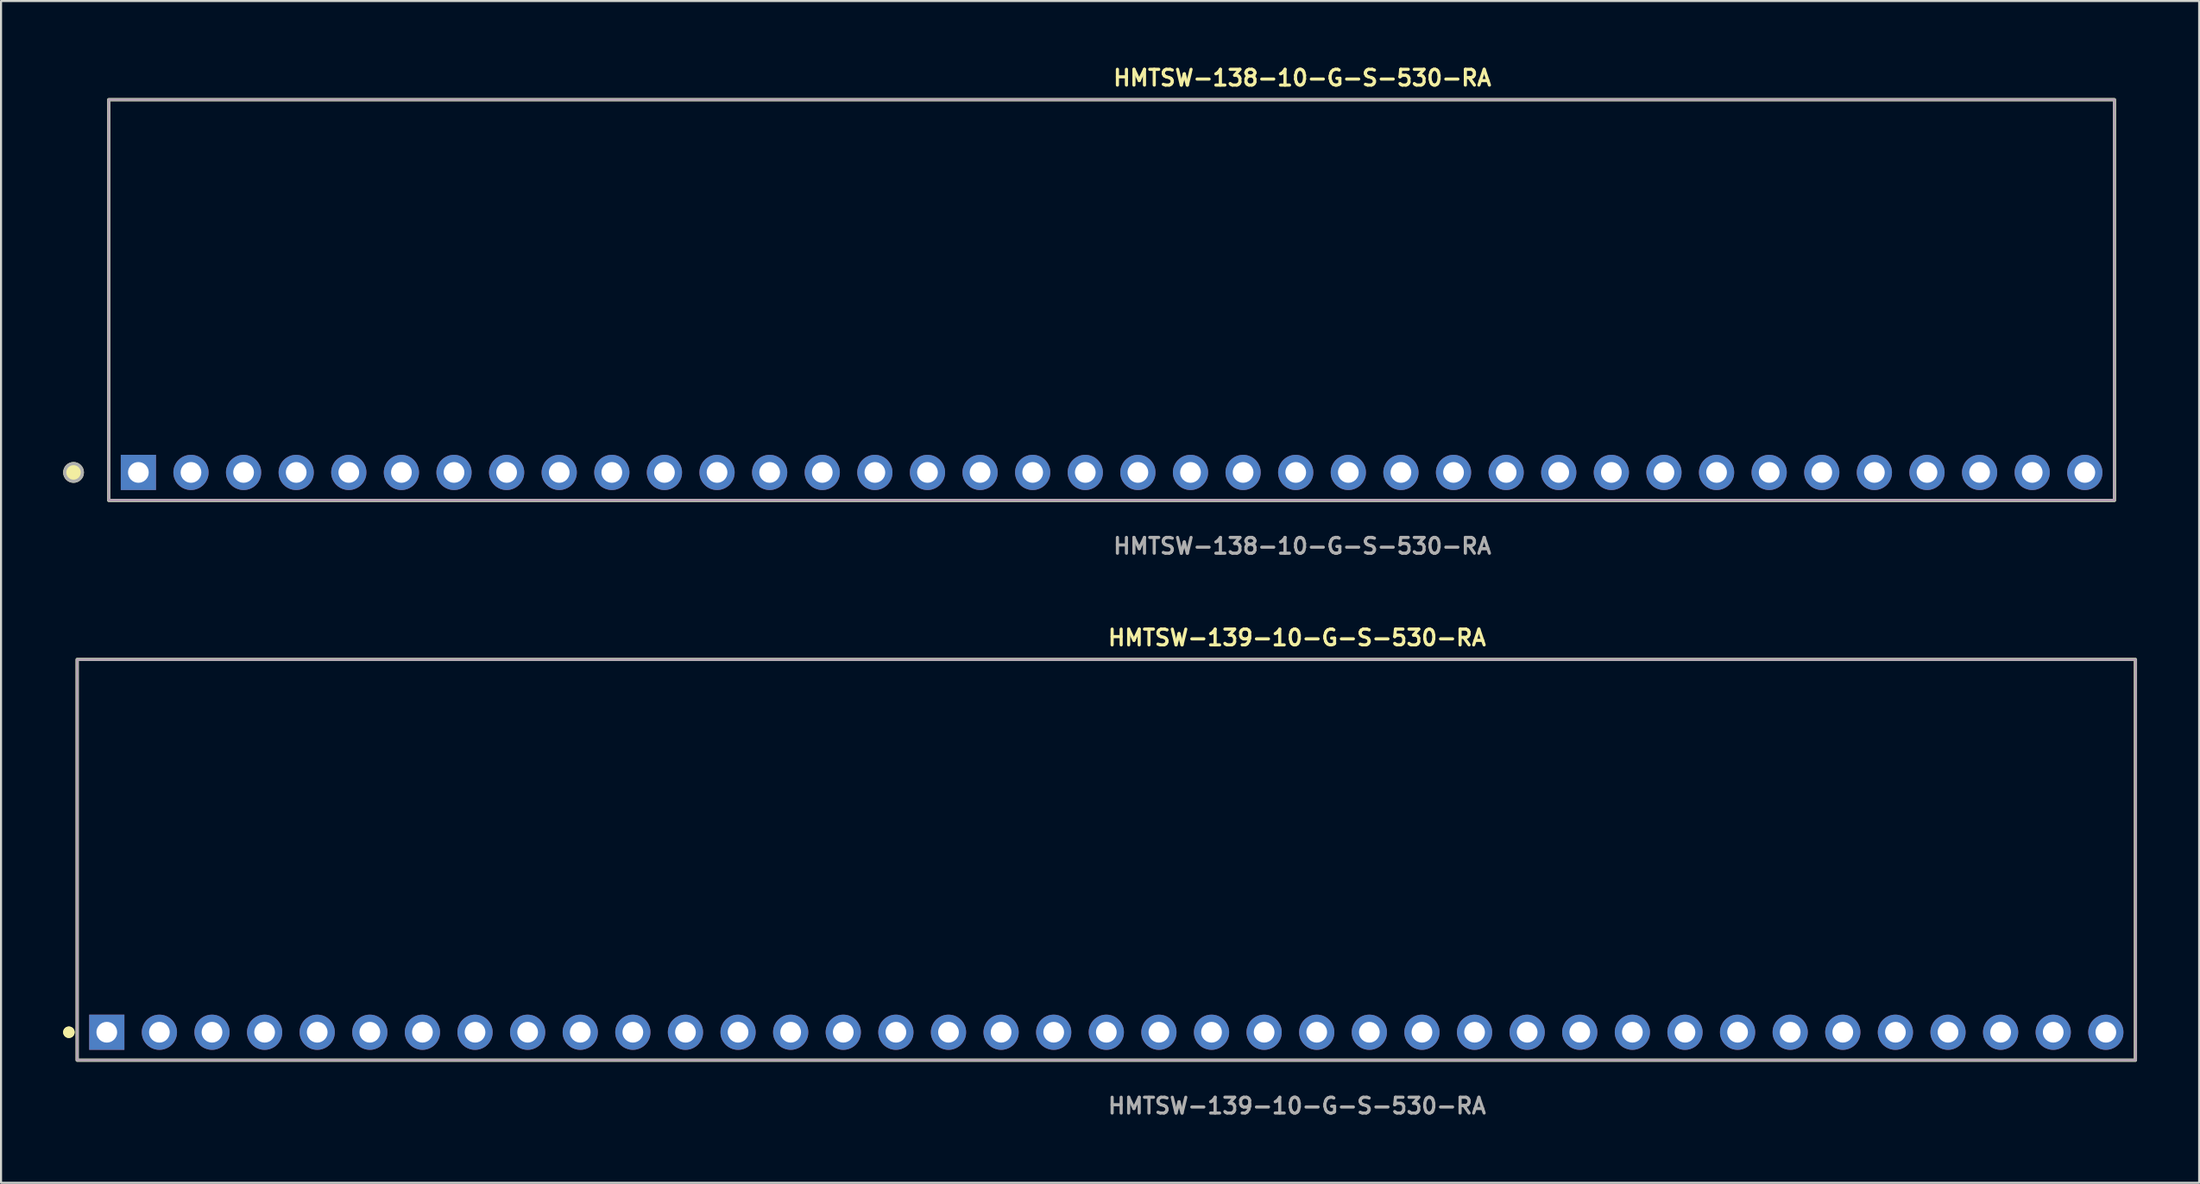
<source format=kicad_pcb>
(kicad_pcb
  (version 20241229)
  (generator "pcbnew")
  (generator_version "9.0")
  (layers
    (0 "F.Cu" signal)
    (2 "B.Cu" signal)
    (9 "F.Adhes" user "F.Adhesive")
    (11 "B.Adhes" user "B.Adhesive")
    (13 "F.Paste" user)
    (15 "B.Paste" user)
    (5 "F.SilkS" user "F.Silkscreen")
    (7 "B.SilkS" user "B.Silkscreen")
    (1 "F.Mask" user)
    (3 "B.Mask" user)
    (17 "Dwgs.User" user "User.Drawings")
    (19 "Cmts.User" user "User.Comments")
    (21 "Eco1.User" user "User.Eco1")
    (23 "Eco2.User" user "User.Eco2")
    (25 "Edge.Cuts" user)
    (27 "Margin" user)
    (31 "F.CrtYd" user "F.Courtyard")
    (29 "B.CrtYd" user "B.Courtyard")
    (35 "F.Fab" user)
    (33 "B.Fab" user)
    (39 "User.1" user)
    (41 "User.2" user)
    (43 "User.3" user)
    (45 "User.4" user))
  (footprint "HMTSW-139-10-G-S-530-RA"
    (layer "F.Cu")
    (at 50.366 46.796)
    (property "Reference" "HMTSW-139-10-G-S-530-RA" (at 0 -19.05 0) (unlocked yes) (layer "F.SilkS") (effects (font (size 0.762 0.762) (thickness 0.152)) (justify left)))
    (fp_rect (start -49.69 1.35) (end 49.69 -18) (stroke (width 0.152) (type solid)) (fill no) (layer "F.SilkS"))
    (fp_circle (center -50.09 0) (end -50.29 0) (stroke (width 0.152) (type solid)) (fill yes) (layer "F.SilkS"))
    (fp_circle (center -50.09 0) (end -50.29 0) (stroke (width 0.152) (type solid)) (fill yes) (layer "F.SilkS"))
    (fp_rect (start -49.69 1.35) (end 49.69 -18) (stroke (width 0.006) (type solid)) (fill no) (layer "F.CrtYd"))
    (fp_rect (start -49.69 1.35) (end 49.69 -18) (stroke (width 0.152) (type solid)) (fill no) (layer "F.Fab"))
    (fp_text user "${REFERENCE}" (at 0 3.556 0) (unlocked yes) (layer "F.Fab") (effects (font (size 0.762 0.762) (thickness 0.152)) (justify left)))
    (pad "1" thru_hole rect (at -48.26 0) (size 1.7 1.7) (drill 1) (layers "*.Cu" "*.Mask"))
    (pad "2" thru_hole circle (at -45.72 0) (size 1.7 1.7) (drill 1) (layers "*.Cu" "*.Mask"))
    (pad "3" thru_hole circle (at -43.18 0) (size 1.7 1.7) (drill 1) (layers "*.Cu" "*.Mask"))
    (pad "4" thru_hole circle (at -40.64 0) (size 1.7 1.7) (drill 1) (layers "*.Cu" "*.Mask"))
    (pad "5" thru_hole circle (at -38.1 0) (size 1.7 1.7) (drill 1) (layers "*.Cu" "*.Mask"))
    (pad "6" thru_hole circle (at -35.56 0) (size 1.7 1.7) (drill 1) (layers "*.Cu" "*.Mask"))
    (pad "7" thru_hole circle (at -33.02 0) (size 1.7 1.7) (drill 1) (layers "*.Cu" "*.Mask"))
    (pad "8" thru_hole circle (at -30.48 0) (size 1.7 1.7) (drill 1) (layers "*.Cu" "*.Mask"))
    (pad "9" thru_hole circle (at -27.94 0) (size 1.7 1.7) (drill 1) (layers "*.Cu" "*.Mask"))
    (pad "10" thru_hole circle (at -25.4 0) (size 1.7 1.7) (drill 1) (layers "*.Cu" "*.Mask"))
    (pad "11" thru_hole circle (at -22.86 0) (size 1.7 1.7) (drill 1) (layers "*.Cu" "*.Mask"))
    (pad "12" thru_hole circle (at -20.32 0) (size 1.7 1.7) (drill 1) (layers "*.Cu" "*.Mask"))
    (pad "13" thru_hole circle (at -17.78 0) (size 1.7 1.7) (drill 1) (layers "*.Cu" "*.Mask"))
    (pad "14" thru_hole circle (at -15.24 0) (size 1.7 1.7) (drill 1) (layers "*.Cu" "*.Mask"))
    (pad "15" thru_hole circle (at -12.7 0) (size 1.7 1.7) (drill 1) (layers "*.Cu" "*.Mask"))
    (pad "16" thru_hole circle (at -10.16 0) (size 1.7 1.7) (drill 1) (layers "*.Cu" "*.Mask"))
    (pad "17" thru_hole circle (at -7.62 0) (size 1.7 1.7) (drill 1) (layers "*.Cu" "*.Mask"))
    (pad "18" thru_hole circle (at -5.08 0) (size 1.7 1.7) (drill 1) (layers "*.Cu" "*.Mask"))
    (pad "19" thru_hole circle (at -2.54 0) (size 1.7 1.7) (drill 1) (layers "*.Cu" "*.Mask"))
    (pad "20" thru_hole circle (at 0 0) (size 1.7 1.7) (drill 1) (layers "*.Cu" "*.Mask"))
    (pad "21" thru_hole circle (at 2.54 0) (size 1.7 1.7) (drill 1) (layers "*.Cu" "*.Mask"))
    (pad "22" thru_hole circle (at 5.08 0) (size 1.7 1.7) (drill 1) (layers "*.Cu" "*.Mask"))
    (pad "23" thru_hole circle (at 7.62 0) (size 1.7 1.7) (drill 1) (layers "*.Cu" "*.Mask"))
    (pad "24" thru_hole circle (at 10.16 0) (size 1.7 1.7) (drill 1) (layers "*.Cu" "*.Mask"))
    (pad "25" thru_hole circle (at 12.7 0) (size 1.7 1.7) (drill 1) (layers "*.Cu" "*.Mask"))
    (pad "26" thru_hole circle (at 15.24 0) (size 1.7 1.7) (drill 1) (layers "*.Cu" "*.Mask"))
    (pad "27" thru_hole circle (at 17.78 0) (size 1.7 1.7) (drill 1) (layers "*.Cu" "*.Mask"))
    (pad "28" thru_hole circle (at 20.32 0) (size 1.7 1.7) (drill 1) (layers "*.Cu" "*.Mask"))
    (pad "29" thru_hole circle (at 22.86 0) (size 1.7 1.7) (drill 1) (layers "*.Cu" "*.Mask"))
    (pad "30" thru_hole circle (at 25.4 0) (size 1.7 1.7) (drill 1) (layers "*.Cu" "*.Mask"))
    (pad "31" thru_hole circle (at 27.94 0) (size 1.7 1.7) (drill 1) (layers "*.Cu" "*.Mask"))
    (pad "32" thru_hole circle (at 30.48 0) (size 1.7 1.7) (drill 1) (layers "*.Cu" "*.Mask"))
    (pad "33" thru_hole circle (at 33.02 0) (size 1.7 1.7) (drill 1) (layers "*.Cu" "*.Mask"))
    (pad "34" thru_hole circle (at 35.56 0) (size 1.7 1.7) (drill 1) (layers "*.Cu" "*.Mask"))
    (pad "35" thru_hole circle (at 38.1 0) (size 1.7 1.7) (drill 1) (layers "*.Cu" "*.Mask"))
    (pad "36" thru_hole circle (at 40.64 0) (size 1.7 1.7) (drill 1) (layers "*.Cu" "*.Mask"))
    (pad "37" thru_hole circle (at 43.18 0) (size 1.7 1.7) (drill 1) (layers "*.Cu" "*.Mask"))
    (pad "38" thru_hole circle (at 45.72 0) (size 1.7 1.7) (drill 1) (layers "*.Cu" "*.Mask"))
    (pad "39" thru_hole circle (at 48.26 0) (size 1.7 1.7) (drill 1) (layers "*.Cu" "*.Mask")))
  (footprint "HMTSW-138-10-G-S-530-RA"
    (layer "F.Cu")
    (at 50.621 19.763)
    (property "Reference" "HMTSW-138-10-G-S-530-RA" (at 0 -19.05 0) (unlocked yes) (layer "F.SilkS") (effects (font (size 0.762 0.762) (thickness 0.152)) (justify left)))
    (fp_rect (start -48.42 1.35) (end 48.42 -18) (stroke (width 0.152) (type solid)) (fill no) (layer "F.SilkS"))
    (fp_circle (center -50.12 0) (end -50.545 0) (stroke (width 0.152) (type solid)) (fill yes) (layer "F.SilkS"))
    (fp_rect (start -48.42 1.35) (end 48.42 -18) (stroke (width 0.006) (type solid)) (fill no) (layer "F.CrtYd"))
    (fp_rect (start -48.42 1.35) (end 48.42 -18) (stroke (width 0.152) (type solid)) (fill no) (layer "F.Fab"))
    (fp_circle (center -50.12 0) (end -50.545 0) (stroke (width 0.152) (type solid)) (fill no) (layer "F.Fab"))
    (fp_text user "${REFERENCE}" (at 0 3.556 0) (unlocked yes) (layer "F.Fab") (effects (font (size 0.762 0.762) (thickness 0.152)) (justify left)))
    (pad "1" thru_hole rect (at -46.99 0) (size 1.7 1.7) (drill 1) (layers "*.Cu" "*.Mask"))
    (pad "2" thru_hole circle (at -44.45 0) (size 1.7 1.7) (drill 1) (layers "*.Cu" "*.Mask"))
    (pad "3" thru_hole circle (at -41.91 0) (size 1.7 1.7) (drill 1) (layers "*.Cu" "*.Mask"))
    (pad "4" thru_hole circle (at -39.37 0) (size 1.7 1.7) (drill 1) (layers "*.Cu" "*.Mask"))
    (pad "5" thru_hole circle (at -36.83 0) (size 1.7 1.7) (drill 1) (layers "*.Cu" "*.Mask"))
    (pad "6" thru_hole circle (at -34.29 0) (size 1.7 1.7) (drill 1) (layers "*.Cu" "*.Mask"))
    (pad "7" thru_hole circle (at -31.75 0) (size 1.7 1.7) (drill 1) (layers "*.Cu" "*.Mask"))
    (pad "8" thru_hole circle (at -29.21 0) (size 1.7 1.7) (drill 1) (layers "*.Cu" "*.Mask"))
    (pad "9" thru_hole circle (at -26.67 0) (size 1.7 1.7) (drill 1) (layers "*.Cu" "*.Mask"))
    (pad "10" thru_hole circle (at -24.13 0) (size 1.7 1.7) (drill 1) (layers "*.Cu" "*.Mask"))
    (pad "11" thru_hole circle (at -21.59 0) (size 1.7 1.7) (drill 1) (layers "*.Cu" "*.Mask"))
    (pad "12" thru_hole circle (at -19.05 0) (size 1.7 1.7) (drill 1) (layers "*.Cu" "*.Mask"))
    (pad "13" thru_hole circle (at -16.51 0) (size 1.7 1.7) (drill 1) (layers "*.Cu" "*.Mask"))
    (pad "14" thru_hole circle (at -13.97 0) (size 1.7 1.7) (drill 1) (layers "*.Cu" "*.Mask"))
    (pad "15" thru_hole circle (at -11.43 0) (size 1.7 1.7) (drill 1) (layers "*.Cu" "*.Mask"))
    (pad "16" thru_hole circle (at -8.89 0) (size 1.7 1.7) (drill 1) (layers "*.Cu" "*.Mask"))
    (pad "17" thru_hole circle (at -6.35 0) (size 1.7 1.7) (drill 1) (layers "*.Cu" "*.Mask"))
    (pad "18" thru_hole circle (at -3.81 0) (size 1.7 1.7) (drill 1) (layers "*.Cu" "*.Mask"))
    (pad "19" thru_hole circle (at -1.27 0) (size 1.7 1.7) (drill 1) (layers "*.Cu" "*.Mask"))
    (pad "20" thru_hole circle (at 1.27 0) (size 1.7 1.7) (drill 1) (layers "*.Cu" "*.Mask"))
    (pad "21" thru_hole circle (at 3.81 0) (size 1.7 1.7) (drill 1) (layers "*.Cu" "*.Mask"))
    (pad "22" thru_hole circle (at 6.35 0) (size 1.7 1.7) (drill 1) (layers "*.Cu" "*.Mask"))
    (pad "23" thru_hole circle (at 8.89 0) (size 1.7 1.7) (drill 1) (layers "*.Cu" "*.Mask"))
    (pad "24" thru_hole circle (at 11.43 0) (size 1.7 1.7) (drill 1) (layers "*.Cu" "*.Mask"))
    (pad "25" thru_hole circle (at 13.97 0) (size 1.7 1.7) (drill 1) (layers "*.Cu" "*.Mask"))
    (pad "26" thru_hole circle (at 16.51 0) (size 1.7 1.7) (drill 1) (layers "*.Cu" "*.Mask"))
    (pad "27" thru_hole circle (at 19.05 0) (size 1.7 1.7) (drill 1) (layers "*.Cu" "*.Mask"))
    (pad "28" thru_hole circle (at 21.59 0) (size 1.7 1.7) (drill 1) (layers "*.Cu" "*.Mask"))
    (pad "29" thru_hole circle (at 24.13 0) (size 1.7 1.7) (drill 1) (layers "*.Cu" "*.Mask"))
    (pad "30" thru_hole circle (at 26.67 0) (size 1.7 1.7) (drill 1) (layers "*.Cu" "*.Mask"))
    (pad "31" thru_hole circle (at 29.21 0) (size 1.7 1.7) (drill 1) (layers "*.Cu" "*.Mask"))
    (pad "32" thru_hole circle (at 31.75 0) (size 1.7 1.7) (drill 1) (layers "*.Cu" "*.Mask"))
    (pad "33" thru_hole circle (at 34.29 0) (size 1.7 1.7) (drill 1) (layers "*.Cu" "*.Mask"))
    (pad "34" thru_hole circle (at 36.83 0) (size 1.7 1.7) (drill 1) (layers "*.Cu" "*.Mask"))
    (pad "35" thru_hole circle (at 39.37 0) (size 1.7 1.7) (drill 1) (layers "*.Cu" "*.Mask"))
    (pad "36" thru_hole circle (at 41.91 0) (size 1.7 1.7) (drill 1) (layers "*.Cu" "*.Mask"))
    (pad "37" thru_hole circle (at 44.45 0) (size 1.7 1.7) (drill 1) (layers "*.Cu" "*.Mask"))
    (pad "38" thru_hole circle (at 46.99 0) (size 1.7 1.7) (drill 1) (layers "*.Cu" "*.Mask")))
  (gr_rect
    (start -3 -3)
    (end 103.132 54.065)
    (stroke (width 0.1) (type default))
    (fill no)
    (layer "Edge.Cuts")))
</source>
